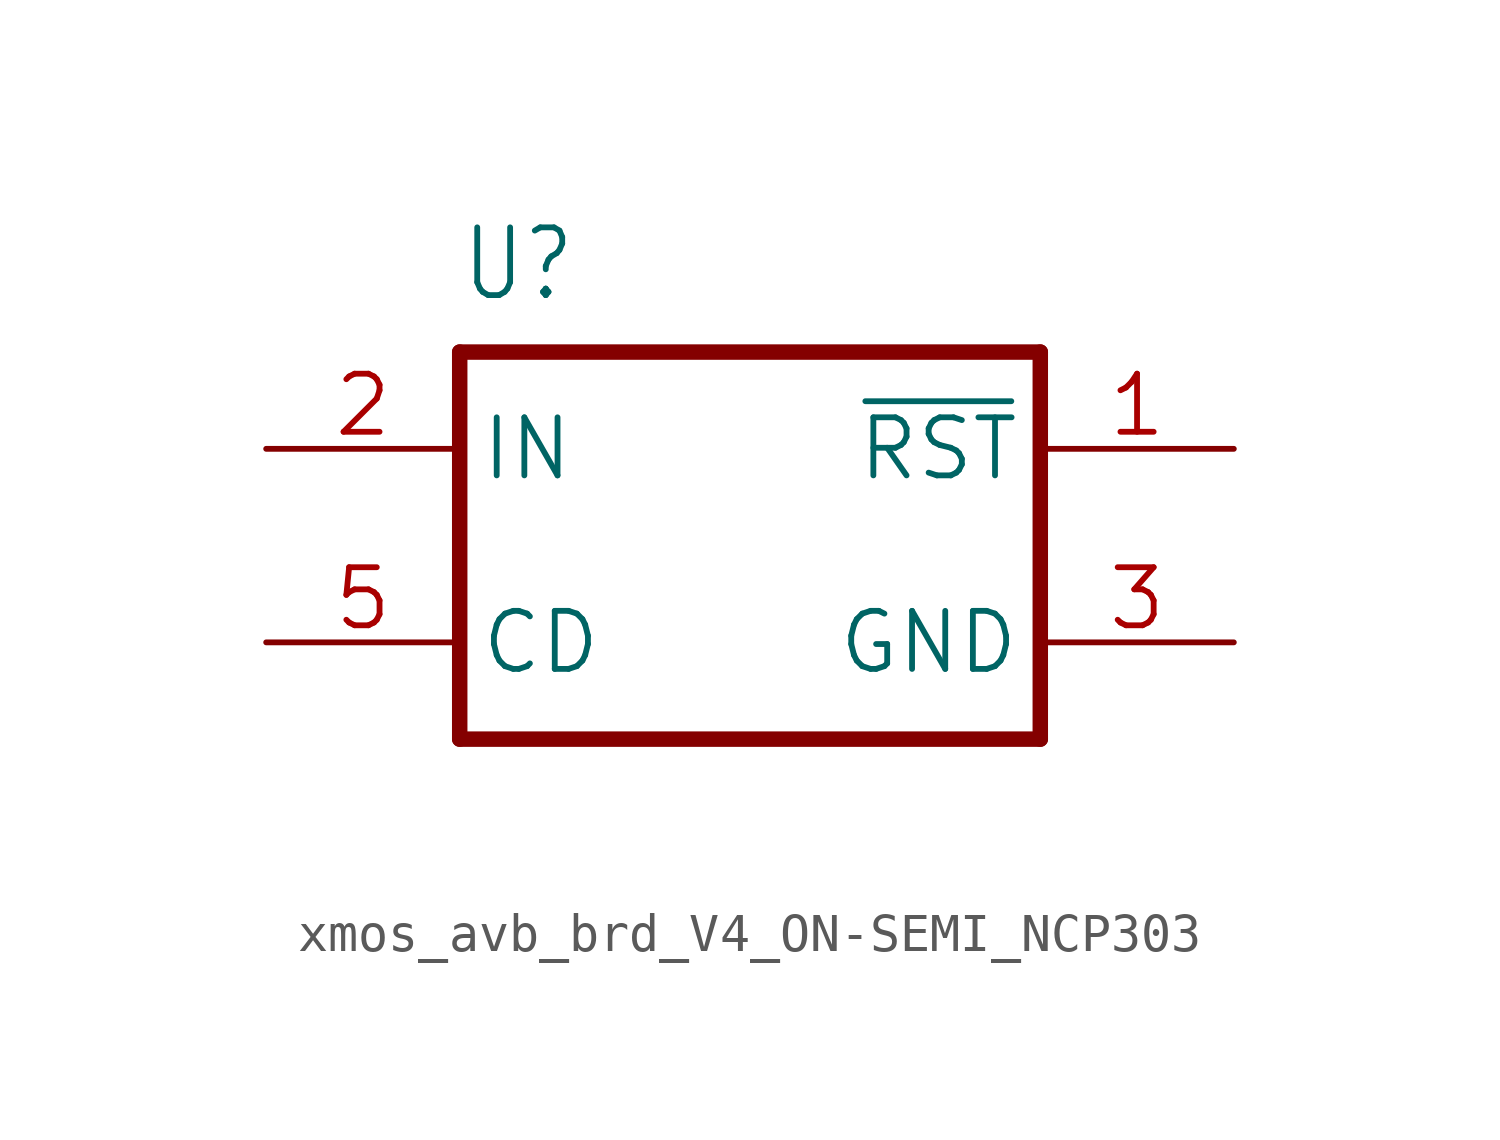
<source format=kicad_sym>
(kicad_symbol_lib
  (version 20241209)
  (generator "kicad_symbol_editor")
  (generator_version "9.0")
  (symbol "xmos_avb_brd_V4_ON-SEMI_NCP303"
    (property "Reference" "U"
      (at -7.62 6.35 0)
      (effects (font (size 1.778 1.511)) (justify left bottom)))
    (property "Value" ""
      (at -7.62 -7.62 0)
      (effects (font (size 1.778 1.511)) (justify left bottom)))
    (property "ki_locked" ""
      (at 0 0 0)
      (effects (font (size 1.27 1.27))))
    (symbol "xmos_avb_brd_V4_ON-SEMI_NCP303_1_0"
      (polyline (pts (xy -7.62 5.08) (xy 7.62 5.08)) (stroke (width 0.406) (type solid)) (fill (type none)))
      (polyline (pts (xy -7.62 -5.08) (xy -7.62 5.08)) (stroke (width 0.406) (type solid)) (fill (type none)))
      (polyline (pts (xy 7.62 5.08) (xy 7.62 -5.08)) (stroke (width 0.406) (type solid)) (fill (type none)))
      (polyline (pts (xy 7.62 -5.08) (xy -7.62 -5.08)) (stroke (width 0.406) (type solid)) (fill (type none)))
      (pin input line (at -12.7 2.54 0) (length 5.08) (name "IN" (effects (font (size 1.524 1.524)))) (number "2" (effects (font (size 1.524 1.524)))))
      (pin passive line (at -12.7 -2.54 0) (length 5.08) (name "CD" (effects (font (size 1.524 1.524)))) (number "5" (effects (font (size 1.524 1.524)))))
      (pin output line (at 12.7 2.54 180) (length 5.08) (name "~{RST}" (effects (font (size 1.524 1.524)))) (number "1" (effects (font (size 1.524 1.524)))))
      (pin input line (at 12.7 -2.54 180) (length 5.08) (name "GND" (effects (font (size 1.524 1.524)))) (number "3" (effects (font (size 1.524 1.524))))))))
</source>
